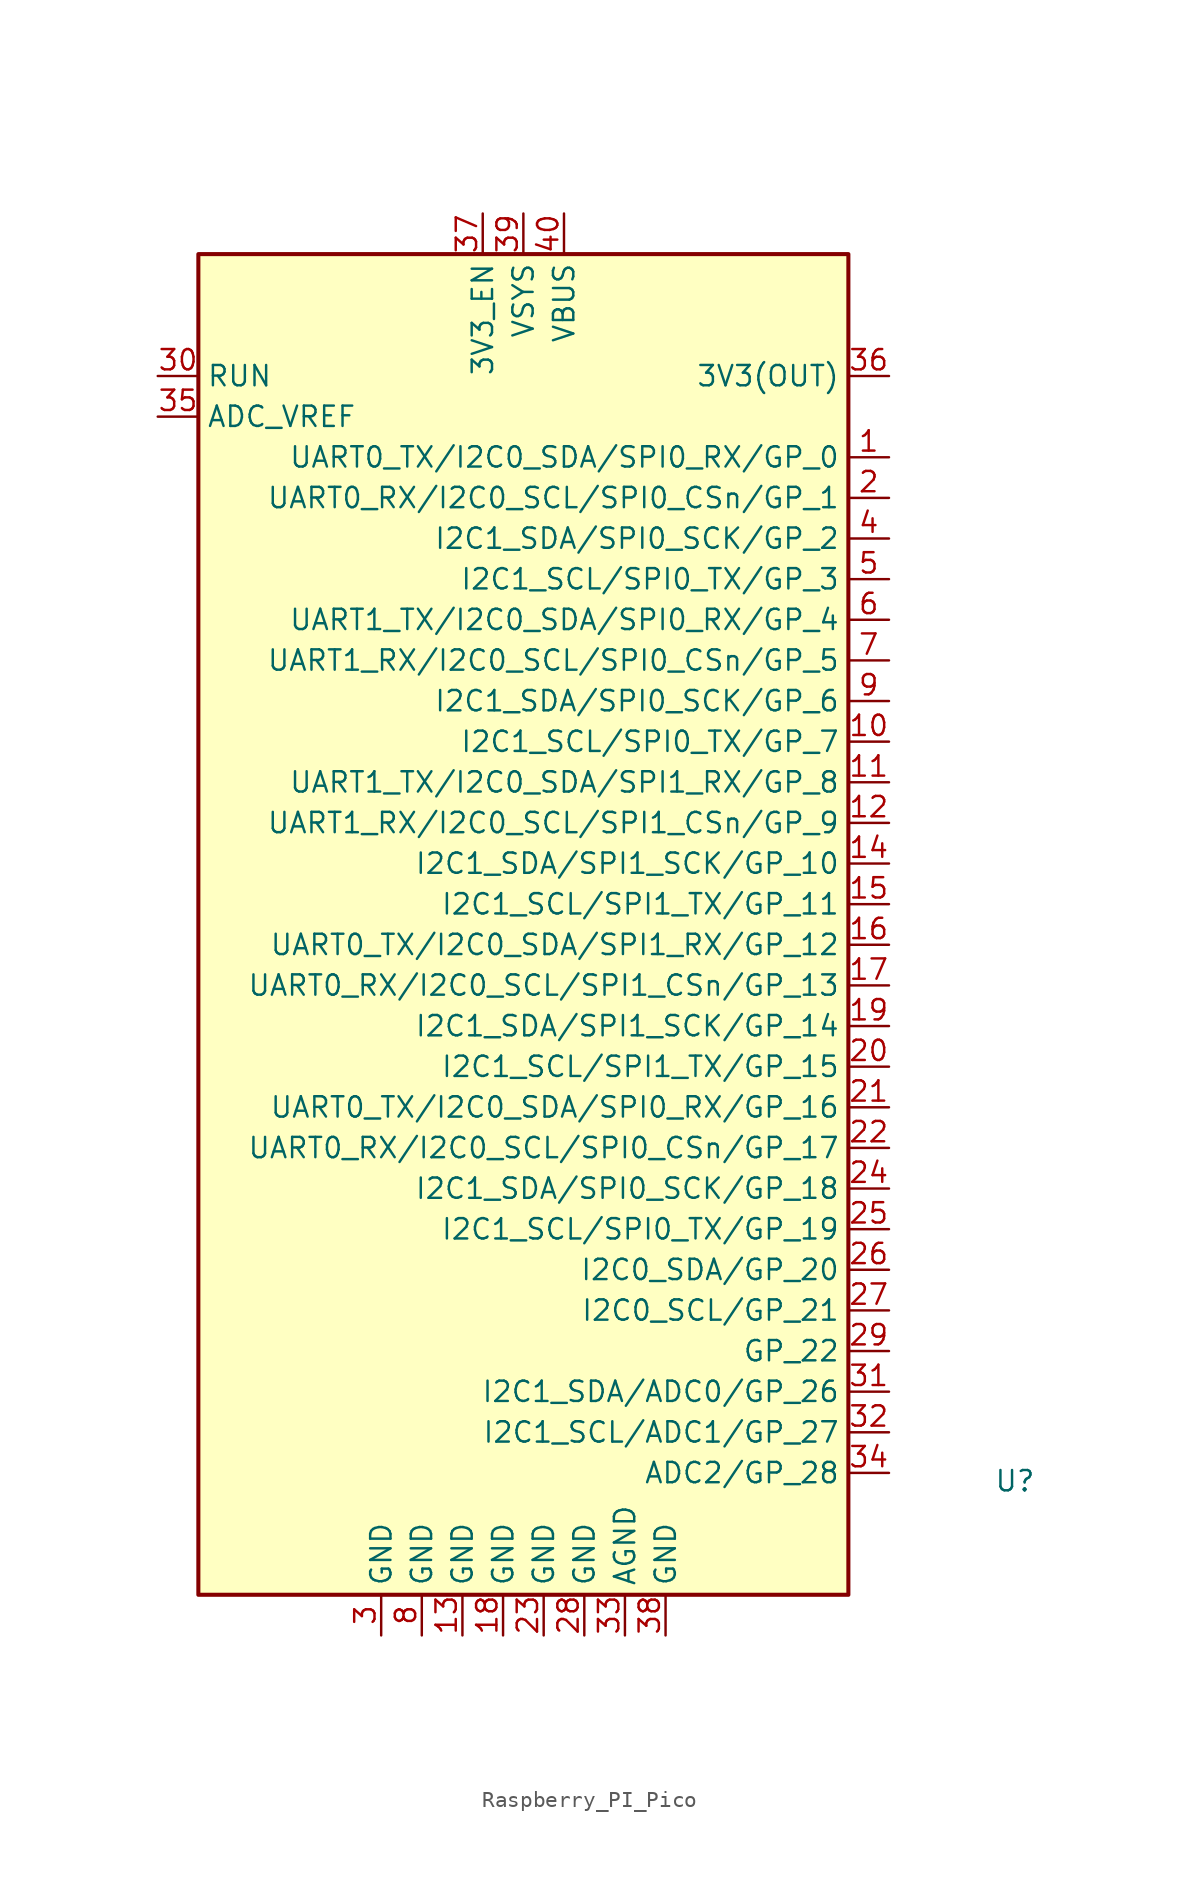
<source format=kicad_sym>
(kicad_symbol_lib
  (version 20231120)
  (generator "kicad_symbol_editor")
  (generator_version "8.0")
  (symbol "Raspberry_PI_Pico"
    (property "Reference" "U"
      (at 30.734 -30.988 0)
      (effects (font (size 1.27 1.27))))
    (property "Value" ""
      (at 0 0 0)
      (effects (font (size 1.27 1.27))))
    (symbol "Raspberry_PI_Pico_1_1"
      (rectangle (start -20.32 45.72) (end 20.32 -38.1) (stroke (width 0.254) (type solid)) (fill (type background)))
      (pin bidirectional line (at 22.86 33.02 180) (length 2.54) (name "UART0_TX/I2C0_SDA/SPI0_RX/GP_0" (effects (font (size 1.27 1.27)))) (number "1" (effects (font (size 1.27 1.27)))))
      (pin bidirectional line (at 22.86 15.24 180) (length 2.54) (name "I2C1_SCL/SPI0_TX/GP_7" (effects (font (size 1.27 1.27)))) (number "10" (effects (font (size 1.27 1.27)))))
      (pin bidirectional line (at 22.86 12.7 180) (length 2.54) (name "UART1_TX/I2C0_SDA/SPI1_RX/GP_8" (effects (font (size 1.27 1.27)))) (number "11" (effects (font (size 1.27 1.27)))))
      (pin bidirectional line (at 22.86 10.16 180) (length 2.54) (name "UART1_RX/I2C0_SCL/SPI1_CSn/GP_9" (effects (font (size 1.27 1.27)))) (number "12" (effects (font (size 1.27 1.27)))))
      (pin passive line (at -3.81 -40.64 90) (length 2.54) (name "GND" (effects (font (size 1.27 1.27)))) (number "13" (effects (font (size 1.27 1.27)))))
      (pin bidirectional line (at 22.86 7.62 180) (length 2.54) (name "I2C1_SDA/SPI1_SCK/GP_10" (effects (font (size 1.27 1.27)))) (number "14" (effects (font (size 1.27 1.27)))))
      (pin bidirectional line (at 22.86 5.08 180) (length 2.54) (name "I2C1_SCL/SPI1_TX/GP_11" (effects (font (size 1.27 1.27)))) (number "15" (effects (font (size 1.27 1.27)))))
      (pin bidirectional line (at 22.86 2.54 180) (length 2.54) (name "UART0_TX/I2C0_SDA/SPI1_RX/GP_12" (effects (font (size 1.27 1.27)))) (number "16" (effects (font (size 1.27 1.27)))))
      (pin bidirectional line (at 22.86 0 180) (length 2.54) (name "UART0_RX/I2C0_SCL/SPI1_CSn/GP_13" (effects (font (size 1.27 1.27)))) (number "17" (effects (font (size 1.27 1.27)))))
      (pin passive line (at -1.27 -40.64 90) (length 2.54) (name "GND" (effects (font (size 1.27 1.27)))) (number "18" (effects (font (size 1.27 1.27)))))
      (pin bidirectional line (at 22.86 -2.54 180) (length 2.54) (name "I2C1_SDA/SPI1_SCK/GP_14" (effects (font (size 1.27 1.27)))) (number "19" (effects (font (size 1.27 1.27)))))
      (pin bidirectional line (at 22.86 30.48 180) (length 2.54) (name "UART0_RX/I2C0_SCL/SPI0_CSn/GP_1" (effects (font (size 1.27 1.27)))) (number "2" (effects (font (size 1.27 1.27)))))
      (pin bidirectional line (at 22.86 -5.08 180) (length 2.54) (name "I2C1_SCL/SPI1_TX/GP_15" (effects (font (size 1.27 1.27)))) (number "20" (effects (font (size 1.27 1.27)))))
      (pin bidirectional line (at 22.86 -7.62 180) (length 2.54) (name "UART0_TX/I2C0_SDA/SPI0_RX/GP_16" (effects (font (size 1.27 1.27)))) (number "21" (effects (font (size 1.27 1.27)))))
      (pin bidirectional line (at 22.86 -10.16 180) (length 2.54) (name "UART0_RX/I2C0_SCL/SPI0_CSn/GP_17" (effects (font (size 1.27 1.27)))) (number "22" (effects (font (size 1.27 1.27)))))
      (pin passive line (at 1.27 -40.64 90) (length 2.54) (name "GND" (effects (font (size 1.27 1.27)))) (number "23" (effects (font (size 1.27 1.27)))))
      (pin bidirectional line (at 22.86 -12.7 180) (length 2.54) (name "I2C1_SDA/SPI0_SCK/GP_18" (effects (font (size 1.27 1.27)))) (number "24" (effects (font (size 1.27 1.27)))))
      (pin bidirectional line (at 22.86 -15.24 180) (length 2.54) (name "I2C1_SCL/SPI0_TX/GP_19" (effects (font (size 1.27 1.27)))) (number "25" (effects (font (size 1.27 1.27)))))
      (pin bidirectional line (at 22.86 -17.78 180) (length 2.54) (name "I2C0_SDA/GP_20" (effects (font (size 1.27 1.27)))) (number "26" (effects (font (size 1.27 1.27)))))
      (pin bidirectional line (at 22.86 -20.32 180) (length 2.54) (name "I2C0_SCL/GP_21" (effects (font (size 1.27 1.27)))) (number "27" (effects (font (size 1.27 1.27)))))
      (pin passive line (at 3.81 -40.64 90) (length 2.54) (name "GND" (effects (font (size 1.27 1.27)))) (number "28" (effects (font (size 1.27 1.27)))))
      (pin bidirectional line (at 22.86 -22.86 180) (length 2.54) (name "GP_22" (effects (font (size 1.27 1.27)))) (number "29" (effects (font (size 1.27 1.27)))))
      (pin passive line (at -8.89 -40.64 90) (length 2.54) (name "GND" (effects (font (size 1.27 1.27)))) (number "3" (effects (font (size 1.27 1.27)))))
      (pin bidirectional line (at -22.86 38.1 0) (length 2.54) (name "RUN" (effects (font (size 1.27 1.27)))) (number "30" (effects (font (size 1.27 1.27)))))
      (pin bidirectional line (at 22.86 -25.4 180) (length 2.54) (name "I2C1_SDA/ADC0/GP_26" (effects (font (size 1.27 1.27)))) (number "31" (effects (font (size 1.27 1.27)))))
      (pin bidirectional line (at 22.86 -27.94 180) (length 2.54) (name "I2C1_SCL/ADC1/GP_27" (effects (font (size 1.27 1.27)))) (number "32" (effects (font (size 1.27 1.27)))))
      (pin passive line (at 6.35 -40.64 90) (length 2.54) (name "AGND" (effects (font (size 1.27 1.27)))) (number "33" (effects (font (size 1.27 1.27)))))
      (pin bidirectional line (at 22.86 -30.48 180) (length 2.54) (name "ADC2/GP_28" (effects (font (size 1.27 1.27)))) (number "34" (effects (font (size 1.27 1.27)))))
      (pin bidirectional line (at -22.86 35.56 0) (length 2.54) (name "ADC_VREF" (effects (font (size 1.27 1.27)))) (number "35" (effects (font (size 1.27 1.27)))))
      (pin power_out line (at 22.86 38.1 180) (length 2.54) (name "3V3(OUT)" (effects (font (size 1.27 1.27)))) (number "36" (effects (font (size 1.27 1.27)))))
      (pin passive line (at -2.54 48.26 270) (length 2.54) (name "3V3_EN" (effects (font (size 1.27 1.27)))) (number "37" (effects (font (size 1.27 1.27)))))
      (pin passive line (at 8.89 -40.64 90) (length 2.54) (name "GND" (effects (font (size 1.27 1.27)))) (number "38" (effects (font (size 1.27 1.27)))))
      (pin passive line (at 0 48.26 270) (length 2.54) (name "VSYS" (effects (font (size 1.27 1.27)))) (number "39" (effects (font (size 1.27 1.27)))))
      (pin bidirectional line (at 22.86 27.94 180) (length 2.54) (name "I2C1_SDA/SPI0_SCK/GP_2" (effects (font (size 1.27 1.27)))) (number "4" (effects (font (size 1.27 1.27)))))
      (pin passive line (at 2.54 48.26 270) (length 2.54) (name "VBUS" (effects (font (size 1.27 1.27)))) (number "40" (effects (font (size 1.27 1.27)))))
      (pin bidirectional line (at 22.86 25.4 180) (length 2.54) (name "I2C1_SCL/SPI0_TX/GP_3" (effects (font (size 1.27 1.27)))) (number "5" (effects (font (size 1.27 1.27)))))
      (pin bidirectional line (at 22.86 22.86 180) (length 2.54) (name "UART1_TX/I2C0_SDA/SPI0_RX/GP_4" (effects (font (size 1.27 1.27)))) (number "6" (effects (font (size 1.27 1.27)))))
      (pin bidirectional line (at 22.86 20.32 180) (length 2.54) (name "UART1_RX/I2C0_SCL/SPI0_CSn/GP_5" (effects (font (size 1.27 1.27)))) (number "7" (effects (font (size 1.27 1.27)))))
      (pin passive line (at -6.35 -40.64 90) (length 2.54) (name "GND" (effects (font (size 1.27 1.27)))) (number "8" (effects (font (size 1.27 1.27)))))
      (pin bidirectional line (at 22.86 17.78 180) (length 2.54) (name "I2C1_SDA/SPI0_SCK/GP_6" (effects (font (size 1.27 1.27)))) (number "9" (effects (font (size 1.27 1.27))))))))
</source>
